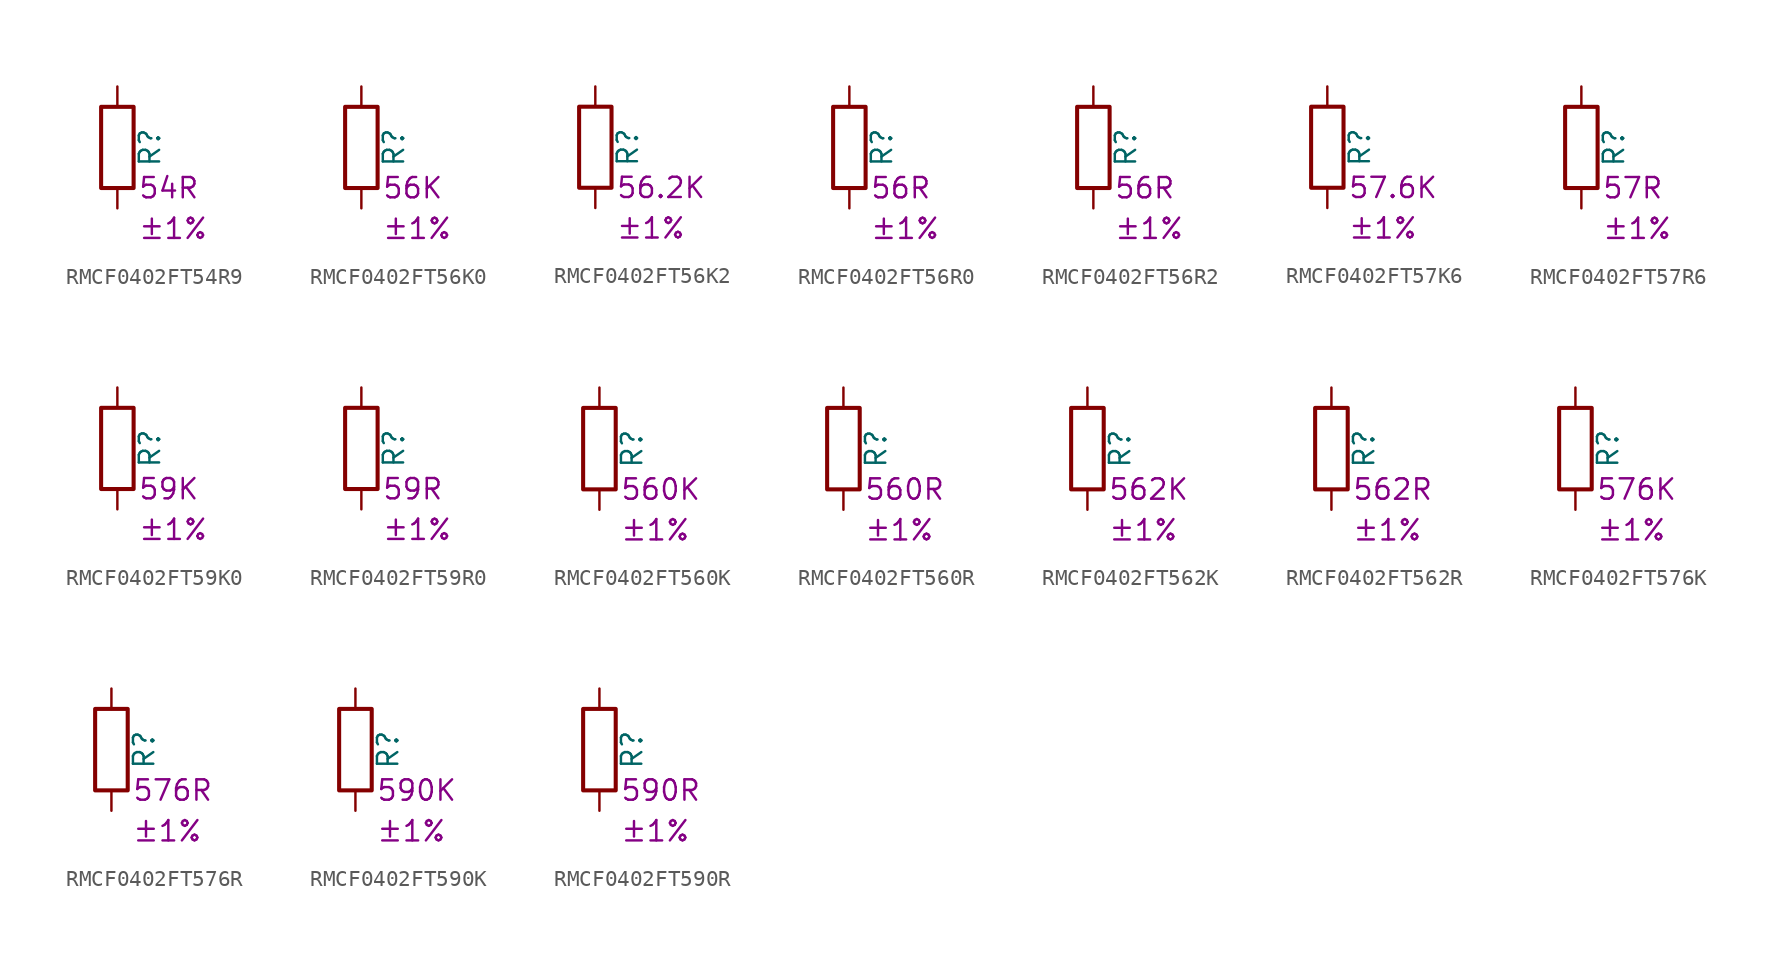
<source format=kicad_sym>
(kicad_symbol_lib
  (version 20220914)
  (generator kicad_symbol_editor)
  (symbol "RMCF0402FT54R9"
    (pin_numbers hide)
    (pin_names
      (offset 0))
    (property "Reference" "R"
      (at 2.032 0 90)
      (effects (font (size 1.27 1.27))))
    (property "Resistance" "54R"
      (at 1.27 -2.54 0)
      (effects (font (size 1.27 1.27)) (justify left)))
    (property "Tolerance" "±1%"
      (at 1.27 -5.08 0)
      (effects (font (size 1.27 1.27)) (justify left)))
    (symbol "RMCF0402FT54R9_0_1"
      (rectangle (start -1.016 -2.54) (end 1.016 2.54) (stroke (width 0.254) (type default)) (fill (type none))))
    (symbol "RMCF0402FT54R9_1_1"
      (pin passive line (at 0 3.81 270) (length 1.27) (name "~" (effects (font (size 1.27 1.27)))) (number "1" (effects (font (size 1.27 1.27)))))
      (pin passive line (at 0 -3.81 90) (length 1.27) (name "~" (effects (font (size 1.27 1.27)))) (number "2" (effects (font (size 1.27 1.27)))))))
  (symbol "RMCF0402FT56K0"
    (pin_numbers hide)
    (pin_names
      (offset 0))
    (property "Reference" "R"
      (at 2.032 0 90)
      (effects (font (size 1.27 1.27))))
    (property "Resistance" "56K"
      (at 1.27 -2.54 0)
      (effects (font (size 1.27 1.27)) (justify left)))
    (property "Tolerance" "±1%"
      (at 1.27 -5.08 0)
      (effects (font (size 1.27 1.27)) (justify left)))
    (symbol "RMCF0402FT56K0_0_1"
      (rectangle (start -1.016 -2.54) (end 1.016 2.54) (stroke (width 0.254) (type default)) (fill (type none))))
    (symbol "RMCF0402FT56K0_1_1"
      (pin passive line (at 0 3.81 270) (length 1.27) (name "~" (effects (font (size 1.27 1.27)))) (number "1" (effects (font (size 1.27 1.27)))))
      (pin passive line (at 0 -3.81 90) (length 1.27) (name "~" (effects (font (size 1.27 1.27)))) (number "2" (effects (font (size 1.27 1.27)))))))
  (symbol "RMCF0402FT56K2"
    (pin_numbers hide)
    (pin_names
      (offset 0))
    (property "Reference" "R"
      (at 2.032 0 90)
      (effects (font (size 1.27 1.27))))
    (property "Resistance" "56.2K"
      (at 1.27 -2.54 0)
      (effects (font (size 1.27 1.27)) (justify left)))
    (property "Tolerance" "±1%"
      (at 1.27 -5.08 0)
      (effects (font (size 1.27 1.27)) (justify left)))
    (symbol "RMCF0402FT56K2_0_1"
      (rectangle (start -1.016 -2.54) (end 1.016 2.54) (stroke (width 0.254) (type default)) (fill (type none))))
    (symbol "RMCF0402FT56K2_1_1"
      (pin passive line (at 0 3.81 270) (length 1.27) (name "~" (effects (font (size 1.27 1.27)))) (number "1" (effects (font (size 1.27 1.27)))))
      (pin passive line (at 0 -3.81 90) (length 1.27) (name "~" (effects (font (size 1.27 1.27)))) (number "2" (effects (font (size 1.27 1.27)))))))
  (symbol "RMCF0402FT56R0"
    (pin_numbers hide)
    (pin_names
      (offset 0))
    (property "Reference" "R"
      (at 2.032 0 90)
      (effects (font (size 1.27 1.27))))
    (property "Resistance" "56R"
      (at 1.27 -2.54 0)
      (effects (font (size 1.27 1.27)) (justify left)))
    (property "Tolerance" "±1%"
      (at 1.27 -5.08 0)
      (effects (font (size 1.27 1.27)) (justify left)))
    (symbol "RMCF0402FT56R0_0_1"
      (rectangle (start -1.016 -2.54) (end 1.016 2.54) (stroke (width 0.254) (type default)) (fill (type none))))
    (symbol "RMCF0402FT56R0_1_1"
      (pin passive line (at 0 3.81 270) (length 1.27) (name "~" (effects (font (size 1.27 1.27)))) (number "1" (effects (font (size 1.27 1.27)))))
      (pin passive line (at 0 -3.81 90) (length 1.27) (name "~" (effects (font (size 1.27 1.27)))) (number "2" (effects (font (size 1.27 1.27)))))))
  (symbol "RMCF0402FT56R2"
    (pin_numbers hide)
    (pin_names
      (offset 0))
    (property "Reference" "R"
      (at 2.032 0 90)
      (effects (font (size 1.27 1.27))))
    (property "Resistance" "56R"
      (at 1.27 -2.54 0)
      (effects (font (size 1.27 1.27)) (justify left)))
    (property "Tolerance" "±1%"
      (at 1.27 -5.08 0)
      (effects (font (size 1.27 1.27)) (justify left)))
    (symbol "RMCF0402FT56R2_0_1"
      (rectangle (start -1.016 -2.54) (end 1.016 2.54) (stroke (width 0.254) (type default)) (fill (type none))))
    (symbol "RMCF0402FT56R2_1_1"
      (pin passive line (at 0 3.81 270) (length 1.27) (name "~" (effects (font (size 1.27 1.27)))) (number "1" (effects (font (size 1.27 1.27)))))
      (pin passive line (at 0 -3.81 90) (length 1.27) (name "~" (effects (font (size 1.27 1.27)))) (number "2" (effects (font (size 1.27 1.27)))))))
  (symbol "RMCF0402FT57K6"
    (pin_numbers hide)
    (pin_names
      (offset 0))
    (property "Reference" "R"
      (at 2.032 0 90)
      (effects (font (size 1.27 1.27))))
    (property "Resistance" "57.6K"
      (at 1.27 -2.54 0)
      (effects (font (size 1.27 1.27)) (justify left)))
    (property "Tolerance" "±1%"
      (at 1.27 -5.08 0)
      (effects (font (size 1.27 1.27)) (justify left)))
    (symbol "RMCF0402FT57K6_0_1"
      (rectangle (start -1.016 -2.54) (end 1.016 2.54) (stroke (width 0.254) (type default)) (fill (type none))))
    (symbol "RMCF0402FT57K6_1_1"
      (pin passive line (at 0 3.81 270) (length 1.27) (name "~" (effects (font (size 1.27 1.27)))) (number "1" (effects (font (size 1.27 1.27)))))
      (pin passive line (at 0 -3.81 90) (length 1.27) (name "~" (effects (font (size 1.27 1.27)))) (number "2" (effects (font (size 1.27 1.27)))))))
  (symbol "RMCF0402FT57R6"
    (pin_numbers hide)
    (pin_names
      (offset 0))
    (property "Reference" "R"
      (at 2.032 0 90)
      (effects (font (size 1.27 1.27))))
    (property "Resistance" "57R"
      (at 1.27 -2.54 0)
      (effects (font (size 1.27 1.27)) (justify left)))
    (property "Tolerance" "±1%"
      (at 1.27 -5.08 0)
      (effects (font (size 1.27 1.27)) (justify left)))
    (symbol "RMCF0402FT57R6_0_1"
      (rectangle (start -1.016 -2.54) (end 1.016 2.54) (stroke (width 0.254) (type default)) (fill (type none))))
    (symbol "RMCF0402FT57R6_1_1"
      (pin passive line (at 0 3.81 270) (length 1.27) (name "~" (effects (font (size 1.27 1.27)))) (number "1" (effects (font (size 1.27 1.27)))))
      (pin passive line (at 0 -3.81 90) (length 1.27) (name "~" (effects (font (size 1.27 1.27)))) (number "2" (effects (font (size 1.27 1.27)))))))
  (symbol "RMCF0402FT59K0"
    (pin_numbers hide)
    (pin_names
      (offset 0))
    (property "Reference" "R"
      (at 2.032 0 90)
      (effects (font (size 1.27 1.27))))
    (property "Resistance" "59K"
      (at 1.27 -2.54 0)
      (effects (font (size 1.27 1.27)) (justify left)))
    (property "Tolerance" "±1%"
      (at 1.27 -5.08 0)
      (effects (font (size 1.27 1.27)) (justify left)))
    (symbol "RMCF0402FT59K0_0_1"
      (rectangle (start -1.016 -2.54) (end 1.016 2.54) (stroke (width 0.254) (type default)) (fill (type none))))
    (symbol "RMCF0402FT59K0_1_1"
      (pin passive line (at 0 3.81 270) (length 1.27) (name "~" (effects (font (size 1.27 1.27)))) (number "1" (effects (font (size 1.27 1.27)))))
      (pin passive line (at 0 -3.81 90) (length 1.27) (name "~" (effects (font (size 1.27 1.27)))) (number "2" (effects (font (size 1.27 1.27)))))))
  (symbol "RMCF0402FT59R0"
    (pin_numbers hide)
    (pin_names
      (offset 0))
    (property "Reference" "R"
      (at 2.032 0 90)
      (effects (font (size 1.27 1.27))))
    (property "Resistance" "59R"
      (at 1.27 -2.54 0)
      (effects (font (size 1.27 1.27)) (justify left)))
    (property "Tolerance" "±1%"
      (at 1.27 -5.08 0)
      (effects (font (size 1.27 1.27)) (justify left)))
    (symbol "RMCF0402FT59R0_0_1"
      (rectangle (start -1.016 -2.54) (end 1.016 2.54) (stroke (width 0.254) (type default)) (fill (type none))))
    (symbol "RMCF0402FT59R0_1_1"
      (pin passive line (at 0 3.81 270) (length 1.27) (name "~" (effects (font (size 1.27 1.27)))) (number "1" (effects (font (size 1.27 1.27)))))
      (pin passive line (at 0 -3.81 90) (length 1.27) (name "~" (effects (font (size 1.27 1.27)))) (number "2" (effects (font (size 1.27 1.27)))))))
  (symbol "RMCF0402FT560K"
    (pin_numbers hide)
    (pin_names
      (offset 0))
    (property "Reference" "R"
      (at 2.032 0 90)
      (effects (font (size 1.27 1.27))))
    (property "Resistance" "560K"
      (at 1.27 -2.54 0)
      (effects (font (size 1.27 1.27)) (justify left)))
    (property "Tolerance" "±1%"
      (at 1.27 -5.08 0)
      (effects (font (size 1.27 1.27)) (justify left)))
    (symbol "RMCF0402FT560K_0_1"
      (rectangle (start -1.016 -2.54) (end 1.016 2.54) (stroke (width 0.254) (type default)) (fill (type none))))
    (symbol "RMCF0402FT560K_1_1"
      (pin passive line (at 0 3.81 270) (length 1.27) (name "~" (effects (font (size 1.27 1.27)))) (number "1" (effects (font (size 1.27 1.27)))))
      (pin passive line (at 0 -3.81 90) (length 1.27) (name "~" (effects (font (size 1.27 1.27)))) (number "2" (effects (font (size 1.27 1.27)))))))
  (symbol "RMCF0402FT560R"
    (pin_numbers hide)
    (pin_names
      (offset 0))
    (property "Reference" "R"
      (at 2.032 0 90)
      (effects (font (size 1.27 1.27))))
    (property "Resistance" "560R"
      (at 1.27 -2.54 0)
      (effects (font (size 1.27 1.27)) (justify left)))
    (property "Tolerance" "±1%"
      (at 1.27 -5.08 0)
      (effects (font (size 1.27 1.27)) (justify left)))
    (symbol "RMCF0402FT560R_0_1"
      (rectangle (start -1.016 -2.54) (end 1.016 2.54) (stroke (width 0.254) (type default)) (fill (type none))))
    (symbol "RMCF0402FT560R_1_1"
      (pin passive line (at 0 3.81 270) (length 1.27) (name "~" (effects (font (size 1.27 1.27)))) (number "1" (effects (font (size 1.27 1.27)))))
      (pin passive line (at 0 -3.81 90) (length 1.27) (name "~" (effects (font (size 1.27 1.27)))) (number "2" (effects (font (size 1.27 1.27)))))))
  (symbol "RMCF0402FT562K"
    (pin_numbers hide)
    (pin_names
      (offset 0))
    (property "Reference" "R"
      (at 2.032 0 90)
      (effects (font (size 1.27 1.27))))
    (property "Resistance" "562K"
      (at 1.27 -2.54 0)
      (effects (font (size 1.27 1.27)) (justify left)))
    (property "Tolerance" "±1%"
      (at 1.27 -5.08 0)
      (effects (font (size 1.27 1.27)) (justify left)))
    (symbol "RMCF0402FT562K_0_1"
      (rectangle (start -1.016 -2.54) (end 1.016 2.54) (stroke (width 0.254) (type default)) (fill (type none))))
    (symbol "RMCF0402FT562K_1_1"
      (pin passive line (at 0 3.81 270) (length 1.27) (name "~" (effects (font (size 1.27 1.27)))) (number "1" (effects (font (size 1.27 1.27)))))
      (pin passive line (at 0 -3.81 90) (length 1.27) (name "~" (effects (font (size 1.27 1.27)))) (number "2" (effects (font (size 1.27 1.27)))))))
  (symbol "RMCF0402FT562R"
    (pin_numbers hide)
    (pin_names
      (offset 0))
    (property "Reference" "R"
      (at 2.032 0 90)
      (effects (font (size 1.27 1.27))))
    (property "Resistance" "562R"
      (at 1.27 -2.54 0)
      (effects (font (size 1.27 1.27)) (justify left)))
    (property "Tolerance" "±1%"
      (at 1.27 -5.08 0)
      (effects (font (size 1.27 1.27)) (justify left)))
    (symbol "RMCF0402FT562R_0_1"
      (rectangle (start -1.016 -2.54) (end 1.016 2.54) (stroke (width 0.254) (type default)) (fill (type none))))
    (symbol "RMCF0402FT562R_1_1"
      (pin passive line (at 0 3.81 270) (length 1.27) (name "~" (effects (font (size 1.27 1.27)))) (number "1" (effects (font (size 1.27 1.27)))))
      (pin passive line (at 0 -3.81 90) (length 1.27) (name "~" (effects (font (size 1.27 1.27)))) (number "2" (effects (font (size 1.27 1.27)))))))
  (symbol "RMCF0402FT576K"
    (pin_numbers hide)
    (pin_names
      (offset 0))
    (property "Reference" "R"
      (at 2.032 0 90)
      (effects (font (size 1.27 1.27))))
    (property "Resistance" "576K"
      (at 1.27 -2.54 0)
      (effects (font (size 1.27 1.27)) (justify left)))
    (property "Tolerance" "±1%"
      (at 1.27 -5.08 0)
      (effects (font (size 1.27 1.27)) (justify left)))
    (symbol "RMCF0402FT576K_0_1"
      (rectangle (start -1.016 -2.54) (end 1.016 2.54) (stroke (width 0.254) (type default)) (fill (type none))))
    (symbol "RMCF0402FT576K_1_1"
      (pin passive line (at 0 3.81 270) (length 1.27) (name "~" (effects (font (size 1.27 1.27)))) (number "1" (effects (font (size 1.27 1.27)))))
      (pin passive line (at 0 -3.81 90) (length 1.27) (name "~" (effects (font (size 1.27 1.27)))) (number "2" (effects (font (size 1.27 1.27)))))))
  (symbol "RMCF0402FT576R"
    (pin_numbers hide)
    (pin_names
      (offset 0))
    (property "Reference" "R"
      (at 2.032 0 90)
      (effects (font (size 1.27 1.27))))
    (property "Resistance" "576R"
      (at 1.27 -2.54 0)
      (effects (font (size 1.27 1.27)) (justify left)))
    (property "Tolerance" "±1%"
      (at 1.27 -5.08 0)
      (effects (font (size 1.27 1.27)) (justify left)))
    (symbol "RMCF0402FT576R_0_1"
      (rectangle (start -1.016 -2.54) (end 1.016 2.54) (stroke (width 0.254) (type default)) (fill (type none))))
    (symbol "RMCF0402FT576R_1_1"
      (pin passive line (at 0 3.81 270) (length 1.27) (name "~" (effects (font (size 1.27 1.27)))) (number "1" (effects (font (size 1.27 1.27)))))
      (pin passive line (at 0 -3.81 90) (length 1.27) (name "~" (effects (font (size 1.27 1.27)))) (number "2" (effects (font (size 1.27 1.27)))))))
  (symbol "RMCF0402FT590K"
    (pin_numbers hide)
    (pin_names
      (offset 0))
    (property "Reference" "R"
      (at 2.032 0 90)
      (effects (font (size 1.27 1.27))))
    (property "Resistance" "590K"
      (at 1.27 -2.54 0)
      (effects (font (size 1.27 1.27)) (justify left)))
    (property "Tolerance" "±1%"
      (at 1.27 -5.08 0)
      (effects (font (size 1.27 1.27)) (justify left)))
    (symbol "RMCF0402FT590K_0_1"
      (rectangle (start -1.016 -2.54) (end 1.016 2.54) (stroke (width 0.254) (type default)) (fill (type none))))
    (symbol "RMCF0402FT590K_1_1"
      (pin passive line (at 0 3.81 270) (length 1.27) (name "~" (effects (font (size 1.27 1.27)))) (number "1" (effects (font (size 1.27 1.27)))))
      (pin passive line (at 0 -3.81 90) (length 1.27) (name "~" (effects (font (size 1.27 1.27)))) (number "2" (effects (font (size 1.27 1.27)))))))
  (symbol "RMCF0402FT590R"
    (pin_numbers hide)
    (pin_names
      (offset 0))
    (property "Reference" "R"
      (at 2.032 0 90)
      (effects (font (size 1.27 1.27))))
    (property "Resistance" "590R"
      (at 1.27 -2.54 0)
      (effects (font (size 1.27 1.27)) (justify left)))
    (property "Tolerance" "±1%"
      (at 1.27 -5.08 0)
      (effects (font (size 1.27 1.27)) (justify left)))
    (symbol "RMCF0402FT590R_0_1"
      (rectangle (start -1.016 -2.54) (end 1.016 2.54) (stroke (width 0.254) (type default)) (fill (type none))))
    (symbol "RMCF0402FT590R_1_1"
      (pin passive line (at 0 3.81 270) (length 1.27) (name "~" (effects (font (size 1.27 1.27)))) (number "1" (effects (font (size 1.27 1.27)))))
      (pin passive line (at 0 -3.81 90) (length 1.27) (name "~" (effects (font (size 1.27 1.27)))) (number "2" (effects (font (size 1.27 1.27))))))))
</source>
